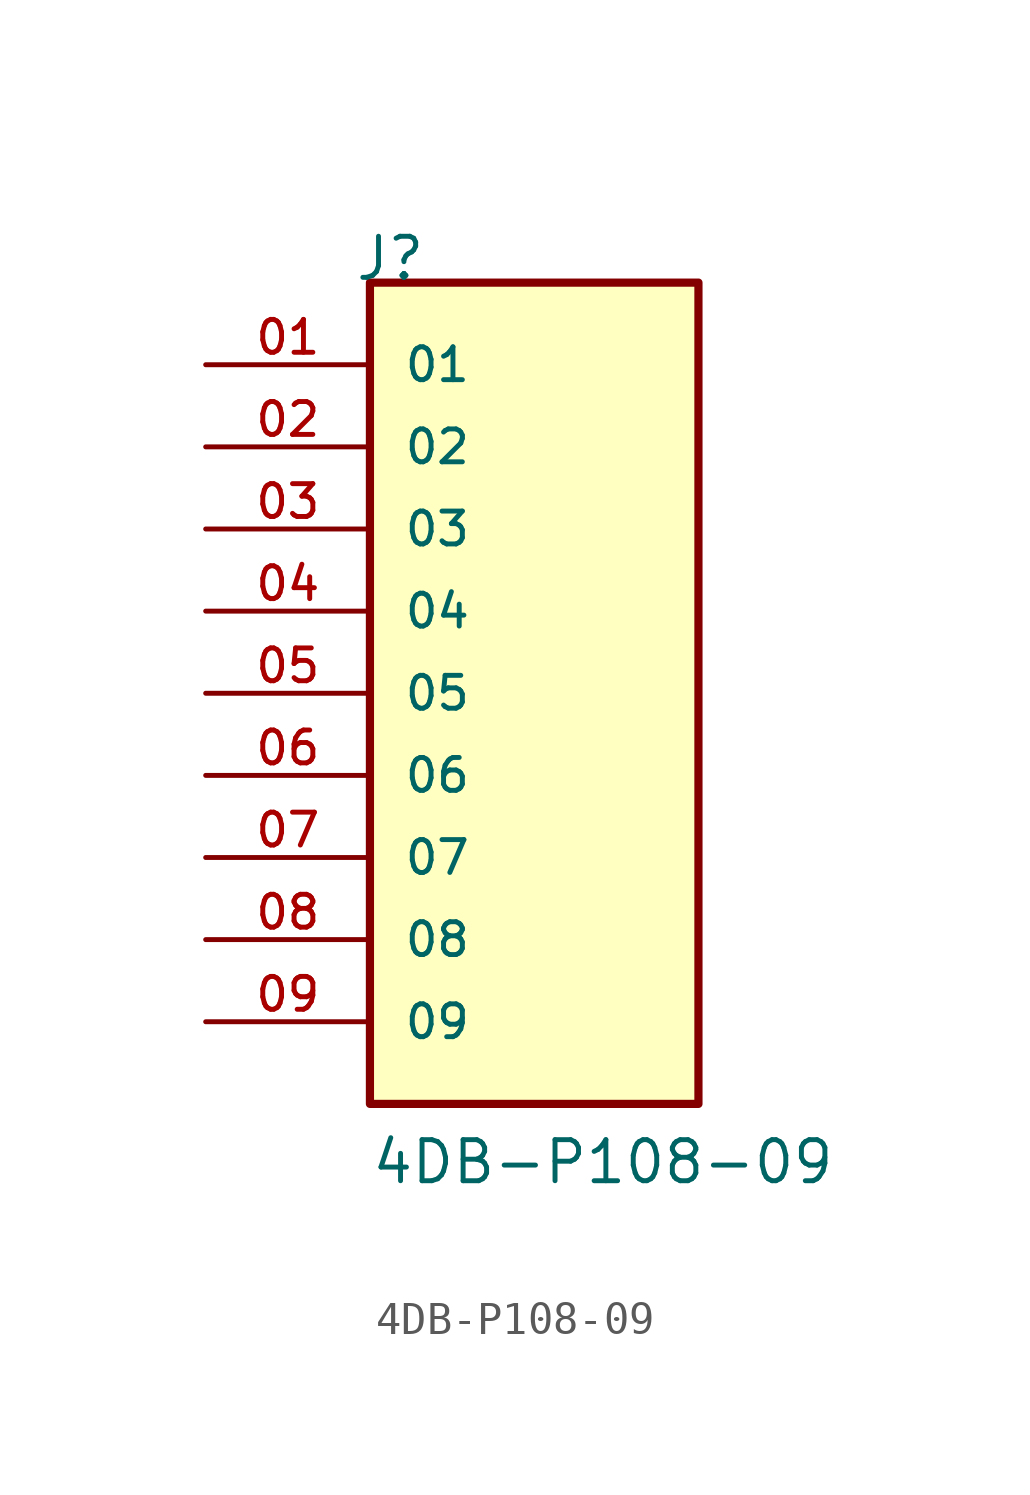
<source format=kicad_sym>
(kicad_symbol_lib
  (version 20211014)
  (generator kicad_symbol_editor)
  (symbol "4DB-P108-09"
    (pin_names
      (offset 1.016))
    (property "Reference" "J"
      (at -5.58 12.7 0)
      (effects (font (size 1.27 1.27)) (justify bottom left)))
    (property "Value" "4DB-P108-09"
      (at -5.08 -15.24 0)
      (effects (font (size 1.27 1.27)) (justify bottom left)))
    (symbol "4DB-P108-09_0_0"
      (rectangle (start -5.08 -12.7) (end 5.08 12.7) (stroke (width 0.254)) (fill (type background)))
      (pin passive line (at -10.16 10.16 0) (length 5.08) (name "01" (effects (font (size 1.016 1.016)))) (number "01" (effects (font (size 1.016 1.016)))))
      (pin passive line (at -10.16 7.62 0) (length 5.08) (name "02" (effects (font (size 1.016 1.016)))) (number "02" (effects (font (size 1.016 1.016)))))
      (pin passive line (at -10.16 5.08 0) (length 5.08) (name "03" (effects (font (size 1.016 1.016)))) (number "03" (effects (font (size 1.016 1.016)))))
      (pin passive line (at -10.16 2.54 0) (length 5.08) (name "04" (effects (font (size 1.016 1.016)))) (number "04" (effects (font (size 1.016 1.016)))))
      (pin passive line (at -10.16 0.0 0) (length 5.08) (name "05" (effects (font (size 1.016 1.016)))) (number "05" (effects (font (size 1.016 1.016)))))
      (pin passive line (at -10.16 -2.54 0) (length 5.08) (name "06" (effects (font (size 1.016 1.016)))) (number "06" (effects (font (size 1.016 1.016)))))
      (pin passive line (at -10.16 -5.08 0) (length 5.08) (name "07" (effects (font (size 1.016 1.016)))) (number "07" (effects (font (size 1.016 1.016)))))
      (pin passive line (at -10.16 -7.62 0) (length 5.08) (name "08" (effects (font (size 1.016 1.016)))) (number "08" (effects (font (size 1.016 1.016)))))
      (pin passive line (at -10.16 -10.16 0) (length 5.08) (name "09" (effects (font (size 1.016 1.016)))) (number "09" (effects (font (size 1.016 1.016))))))))
</source>
